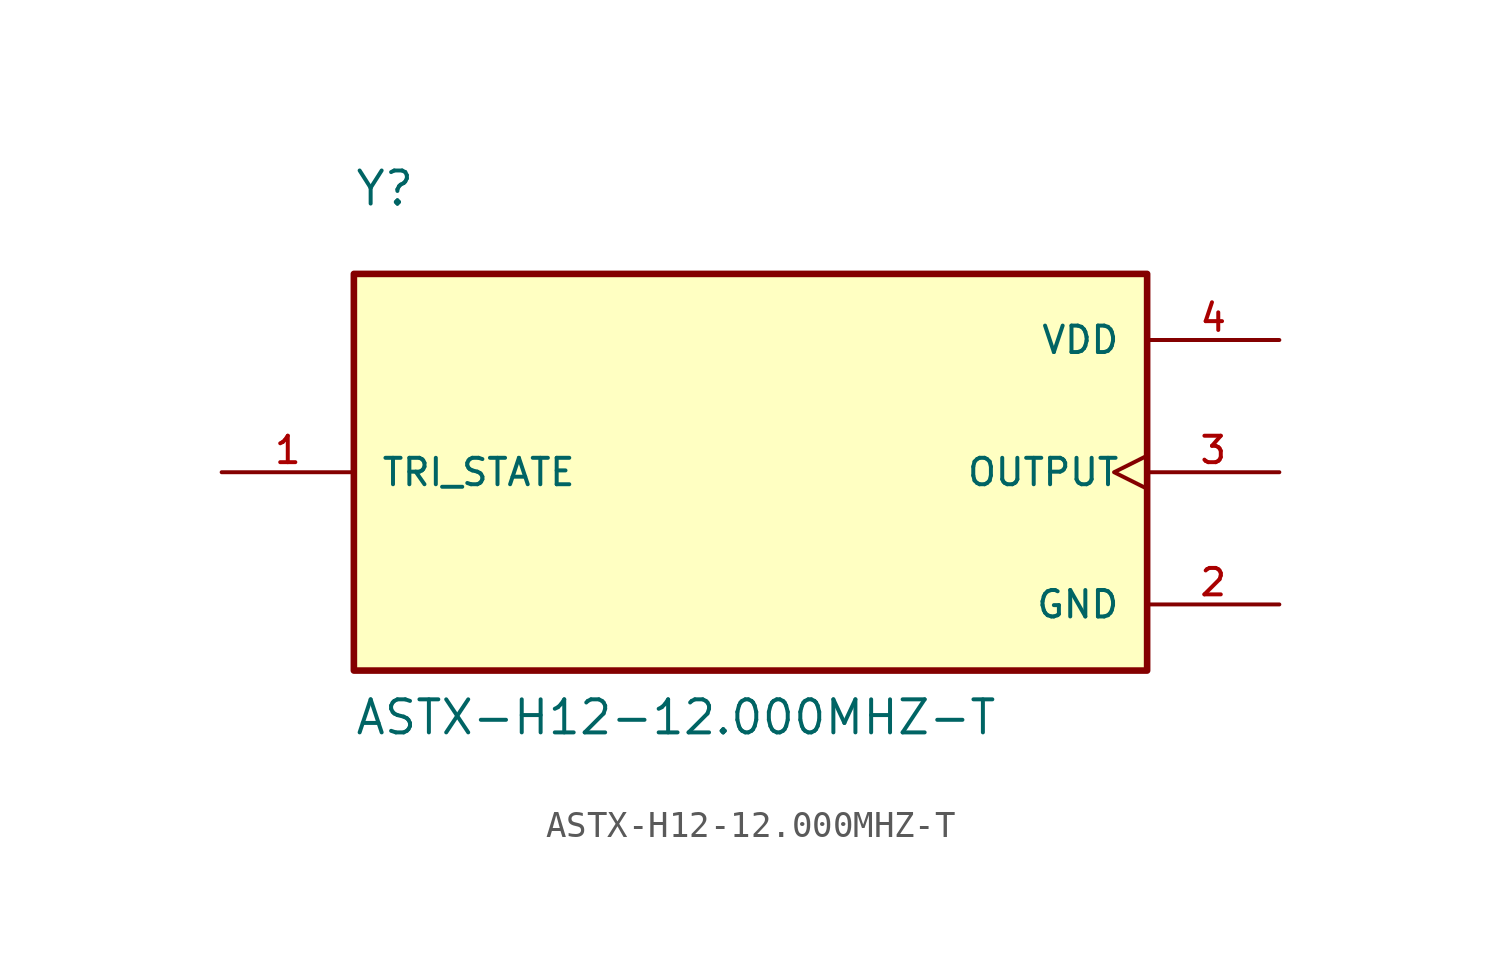
<source format=kicad_sym>
(kicad_symbol_lib
  (version 20211014)
  (generator kicad_symbol_editor)
  (symbol "ASTX-H12-12.000MHZ-T"
    (pin_names
      (offset 1.016))
    (property "Reference" "Y"
      (at -15.24 10.16 0)
      (effects (font (size 1.27 1.27)) (justify bottom left)))
    (property "Value" "ASTX-H12-12.000MHZ-T"
      (at -15.24 -10.16 0)
      (effects (font (size 1.27 1.27)) (justify bottom left)))
    (symbol "ASTX-H12-12.000MHZ-T_0_0"
      (rectangle (start -15.24 -7.62) (end 15.24 7.62) (stroke (width 0.254)) (fill (type background)))
      (pin power_in line (at 20.32 5.08 180.0) (length 5.08) (name "VDD" (effects (font (size 1.016 1.016)))) (number "4" (effects (font (size 1.016 1.016)))))
      (pin power_in line (at 20.32 -5.08 180.0) (length 5.08) (name "GND" (effects (font (size 1.016 1.016)))) (number "2" (effects (font (size 1.016 1.016)))))
      (pin output clock (at 20.32 0.0 180.0) (length 5.08) (name "OUTPUT" (effects (font (size 1.016 1.016)))) (number "3" (effects (font (size 1.016 1.016)))))
      (pin input line (at -20.32 0.0 0) (length 5.08) (name "TRI_STATE" (effects (font (size 1.016 1.016)))) (number "1" (effects (font (size 1.016 1.016))))))))
</source>
